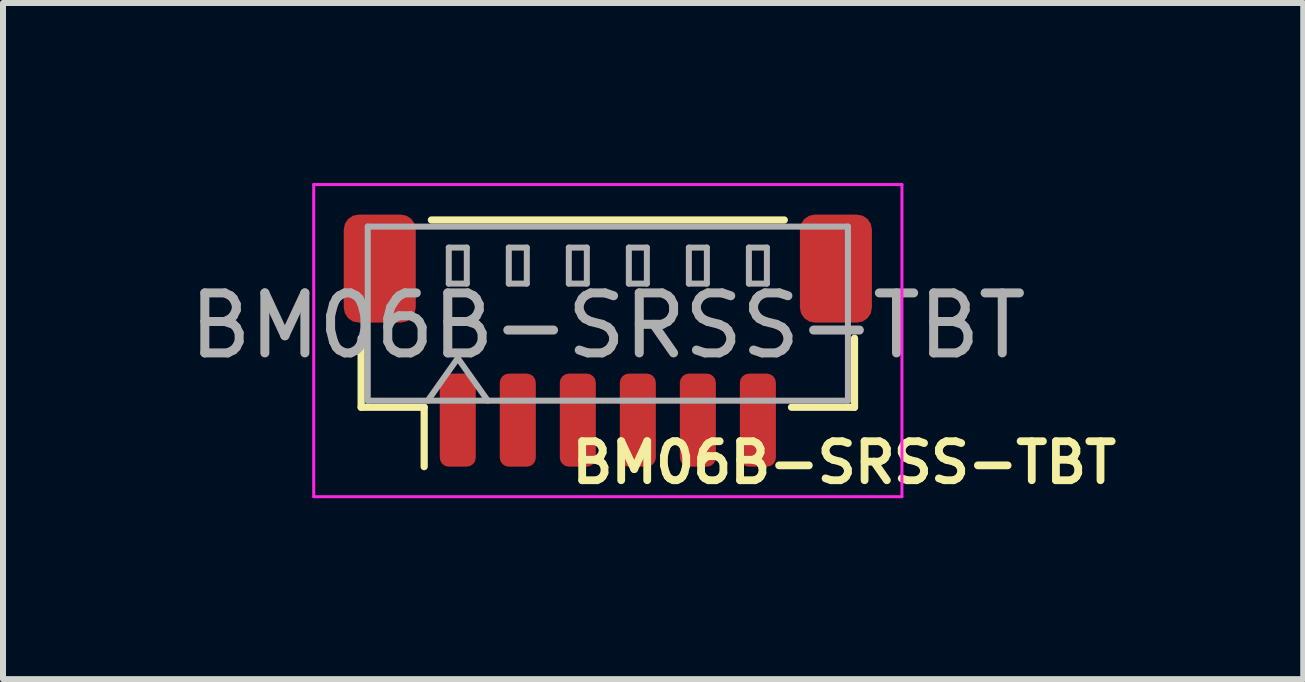
<source format=kicad_pcb>
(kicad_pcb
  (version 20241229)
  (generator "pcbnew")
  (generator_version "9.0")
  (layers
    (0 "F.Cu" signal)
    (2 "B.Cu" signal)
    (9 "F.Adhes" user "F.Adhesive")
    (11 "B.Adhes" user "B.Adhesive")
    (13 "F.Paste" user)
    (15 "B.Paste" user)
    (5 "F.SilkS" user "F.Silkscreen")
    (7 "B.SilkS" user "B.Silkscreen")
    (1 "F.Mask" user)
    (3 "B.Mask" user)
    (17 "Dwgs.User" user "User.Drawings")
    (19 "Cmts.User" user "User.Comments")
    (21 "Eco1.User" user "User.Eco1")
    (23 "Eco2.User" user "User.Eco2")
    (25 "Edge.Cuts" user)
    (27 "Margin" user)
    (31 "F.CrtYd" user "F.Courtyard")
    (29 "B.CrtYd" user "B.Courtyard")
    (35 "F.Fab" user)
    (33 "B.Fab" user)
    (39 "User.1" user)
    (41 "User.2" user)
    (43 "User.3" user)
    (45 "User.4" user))
  (footprint "BM06B-SRSS-TBT"
    (layer "F.Cu")
    (at 7.077 2.168)
    (property "Reference" "BM06B-SRSS-TBT" (at 3.937 2.489 180) (layer "F.SilkS") (effects (font (size 0.65 0.65) (thickness 0.13))))
    (attr smd)
    (fp_line (start -4.11 0.417) (end -4.11 1.567) (stroke (width 0.12) (type solid)) (layer "F.SilkS"))
    (fp_line (start -4.11 1.567) (end -3.06 1.567) (stroke (width 0.12) (type solid)) (layer "F.SilkS"))
    (fp_line (start -3.06 1.567) (end -3.06 2.557) (stroke (width 0.12) (type solid)) (layer "F.SilkS"))
    (fp_line (start -2.94 -1.553) (end 2.94 -1.553) (stroke (width 0.12) (type solid)) (layer "F.SilkS"))
    (fp_line (start 4.11 0.417) (end 4.11 1.567) (stroke (width 0.12) (type solid)) (layer "F.SilkS"))
    (fp_line (start 4.11 1.567) (end 3.06 1.567) (stroke (width 0.12) (type solid)) (layer "F.SilkS"))
    (fp_line (start -4.9 -2.143) (end -4.9 3.057) (stroke (width 0.05) (type solid)) (layer "F.CrtYd"))
    (fp_line (start -4.9 3.057) (end 4.9 3.057) (stroke (width 0.05) (type solid)) (layer "F.CrtYd"))
    (fp_line (start 4.9 -2.143) (end -4.9 -2.143) (stroke (width 0.05) (type solid)) (layer "F.CrtYd"))
    (fp_line (start 4.9 3.057) (end 4.9 -2.143) (stroke (width 0.05) (type solid)) (layer "F.CrtYd"))
    (fp_line (start -4 -1.443) (end 4 -1.443) (stroke (width 0.1) (type solid)) (layer "F.Fab"))
    (fp_line (start -4 1.457) (end -4 -1.443) (stroke (width 0.1) (type solid)) (layer "F.Fab"))
    (fp_line (start -4 1.457) (end 4 1.457) (stroke (width 0.1) (type solid)) (layer "F.Fab"))
    (fp_line (start -3 1.457) (end -2.5 0.75) (stroke (width 0.1) (type solid)) (layer "F.Fab"))
    (fp_line (start -2.65 -1.093) (end -2.65 -0.493) (stroke (width 0.1) (type solid)) (layer "F.Fab"))
    (fp_line (start -2.65 -0.493) (end -2.35 -0.493) (stroke (width 0.1) (type solid)) (layer "F.Fab"))
    (fp_line (start -2.5 0.75) (end -2 1.457) (stroke (width 0.1) (type solid)) (layer "F.Fab"))
    (fp_line (start -2.35 -1.093) (end -2.65 -1.093) (stroke (width 0.1) (type solid)) (layer "F.Fab"))
    (fp_line (start -2.35 -0.493) (end -2.35 -1.093) (stroke (width 0.1) (type solid)) (layer "F.Fab"))
    (fp_line (start -1.65 -1.093) (end -1.65 -0.493) (stroke (width 0.1) (type solid)) (layer "F.Fab"))
    (fp_line (start -1.65 -0.493) (end -1.35 -0.493) (stroke (width 0.1) (type solid)) (layer "F.Fab"))
    (fp_line (start -1.35 -1.093) (end -1.65 -1.093) (stroke (width 0.1) (type solid)) (layer "F.Fab"))
    (fp_line (start -1.35 -0.493) (end -1.35 -1.093) (stroke (width 0.1) (type solid)) (layer "F.Fab"))
    (fp_line (start -0.65 -1.093) (end -0.65 -0.493) (stroke (width 0.1) (type solid)) (layer "F.Fab"))
    (fp_line (start -0.65 -0.493) (end -0.35 -0.493) (stroke (width 0.1) (type solid)) (layer "F.Fab"))
    (fp_line (start -0.35 -1.093) (end -0.65 -1.093) (stroke (width 0.1) (type solid)) (layer "F.Fab"))
    (fp_line (start -0.35 -0.493) (end -0.35 -1.093) (stroke (width 0.1) (type solid)) (layer "F.Fab"))
    (fp_line (start 0.35 -1.093) (end 0.35 -0.493) (stroke (width 0.1) (type solid)) (layer "F.Fab"))
    (fp_line (start 0.35 -0.493) (end 0.65 -0.493) (stroke (width 0.1) (type solid)) (layer "F.Fab"))
    (fp_line (start 0.65 -1.093) (end 0.35 -1.093) (stroke (width 0.1) (type solid)) (layer "F.Fab"))
    (fp_line (start 0.65 -0.493) (end 0.65 -1.093) (stroke (width 0.1) (type solid)) (layer "F.Fab"))
    (fp_line (start 1.35 -1.093) (end 1.35 -0.493) (stroke (width 0.1) (type solid)) (layer "F.Fab"))
    (fp_line (start 1.35 -0.493) (end 1.65 -0.493) (stroke (width 0.1) (type solid)) (layer "F.Fab"))
    (fp_line (start 1.65 -1.093) (end 1.35 -1.093) (stroke (width 0.1) (type solid)) (layer "F.Fab"))
    (fp_line (start 1.65 -0.493) (end 1.65 -1.093) (stroke (width 0.1) (type solid)) (layer "F.Fab"))
    (fp_line (start 2.35 -1.093) (end 2.35 -0.493) (stroke (width 0.1) (type solid)) (layer "F.Fab"))
    (fp_line (start 2.35 -0.493) (end 2.65 -0.493) (stroke (width 0.1) (type solid)) (layer "F.Fab"))
    (fp_line (start 2.65 -1.093) (end 2.35 -1.093) (stroke (width 0.1) (type solid)) (layer "F.Fab"))
    (fp_line (start 2.65 -0.493) (end 2.65 -1.093) (stroke (width 0.1) (type solid)) (layer "F.Fab"))
    (fp_line (start 4 1.457) (end 4 -1.443) (stroke (width 0.1) (type solid)) (layer "F.Fab"))
    (fp_text user "${REFERENCE}" (at 0 0.207 180) (layer "F.Fab") (effects (font (size 1 1) (thickness 0.15))))
    (pad "1" smd roundrect (at -2.5 1.782) (size 0.6 1.55) (layers "F.Cu" "F.Mask" "F.Paste") (roundrect_rratio 0.25))
    (pad "2" smd roundrect (at -1.5 1.782) (size 0.6 1.55) (layers "F.Cu" "F.Mask" "F.Paste") (roundrect_rratio 0.25))
    (pad "3" smd roundrect (at -0.5 1.782) (size 0.6 1.55) (layers "F.Cu" "F.Mask" "F.Paste") (roundrect_rratio 0.25))
    (pad "4" smd roundrect (at 0.5 1.782) (size 0.6 1.55) (layers "F.Cu" "F.Mask" "F.Paste") (roundrect_rratio 0.25))
    (pad "5" smd roundrect (at 1.5 1.782) (size 0.6 1.55) (layers "F.Cu" "F.Mask" "F.Paste") (roundrect_rratio 0.25))
    (pad "6" smd roundrect (at 2.5 1.782) (size 0.6 1.55) (layers "F.Cu" "F.Mask" "F.Paste") (roundrect_rratio 0.25))
    (pad "MP" smd roundrect (at -3.8 -0.743) (size 1.2 1.8) (layers "F.Cu" "F.Mask" "F.Paste") (roundrect_rratio 0.208))
    (pad "MP" smd roundrect (at 3.8 -0.743) (size 1.2 1.8) (layers "F.Cu" "F.Mask" "F.Paste") (roundrect_rratio 0.208)))
  (gr_rect
    (start -3 -3)
    (end 18.663 8.265)
    (stroke (width 0.1) (type default))
    (fill no)
    (layer "Edge.Cuts")))
</source>
